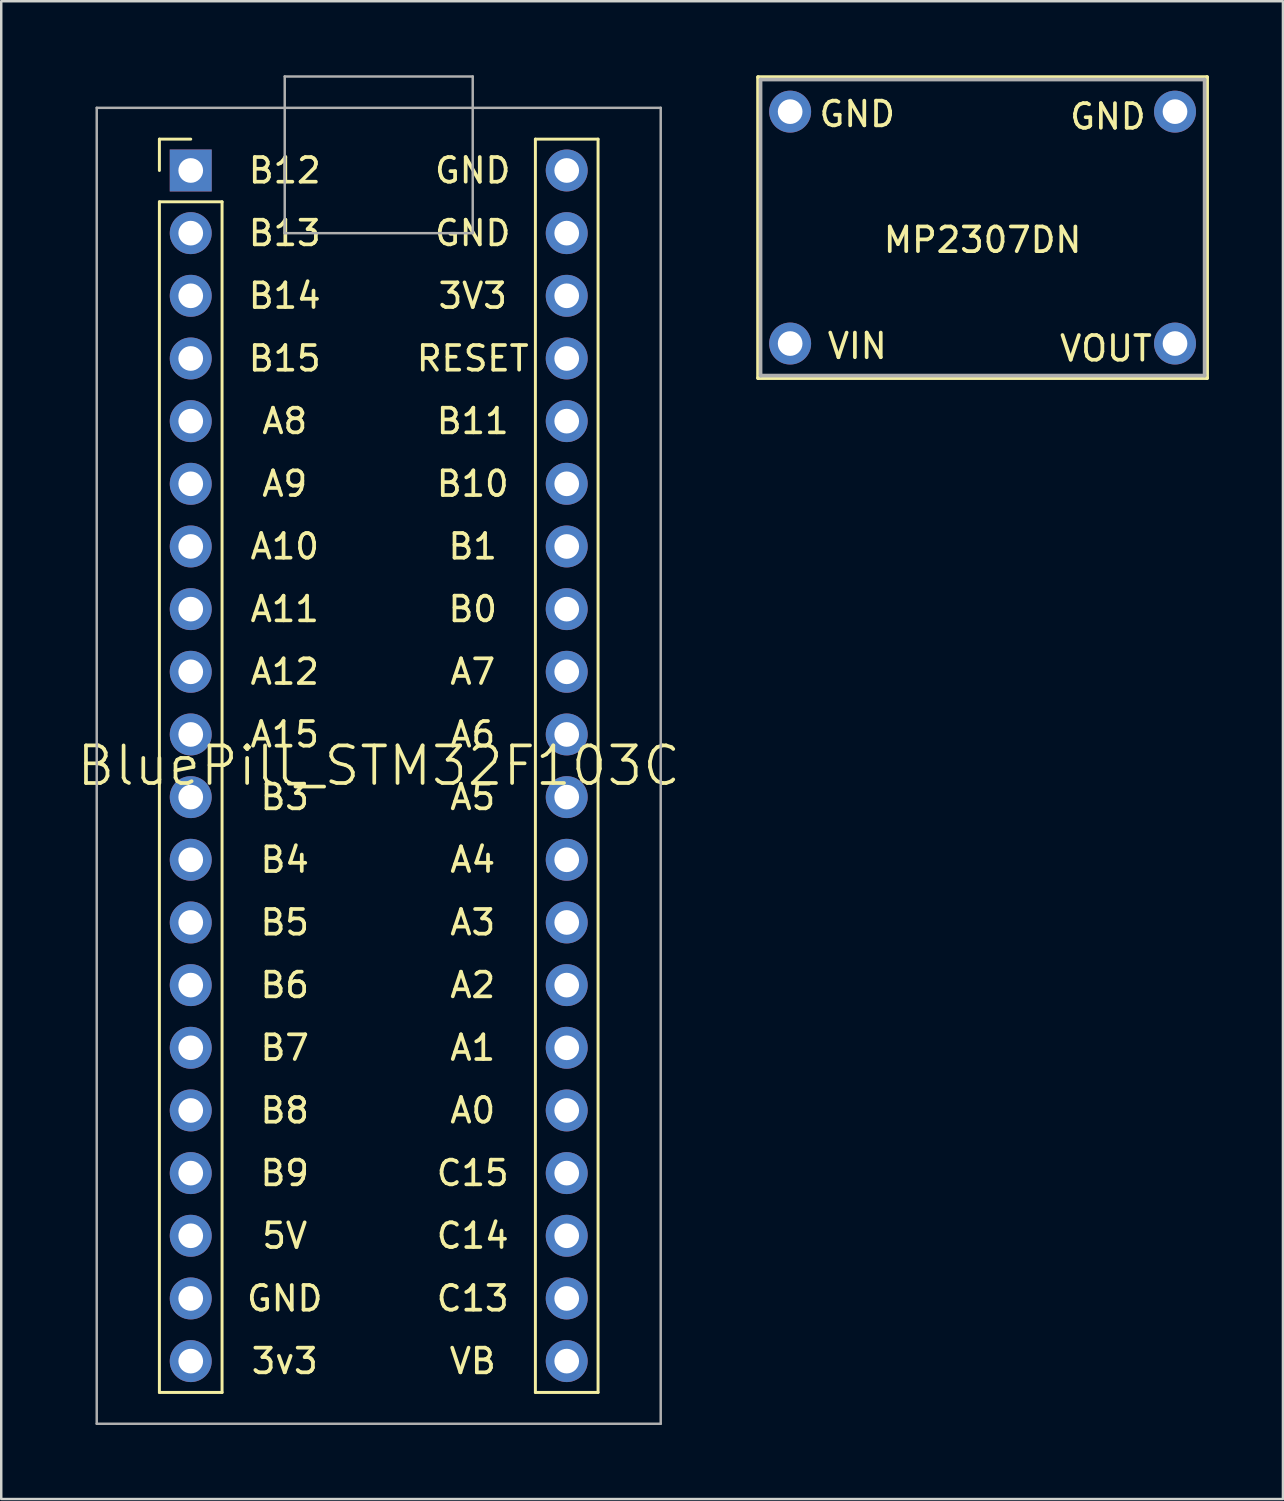
<source format=kicad_pcb>
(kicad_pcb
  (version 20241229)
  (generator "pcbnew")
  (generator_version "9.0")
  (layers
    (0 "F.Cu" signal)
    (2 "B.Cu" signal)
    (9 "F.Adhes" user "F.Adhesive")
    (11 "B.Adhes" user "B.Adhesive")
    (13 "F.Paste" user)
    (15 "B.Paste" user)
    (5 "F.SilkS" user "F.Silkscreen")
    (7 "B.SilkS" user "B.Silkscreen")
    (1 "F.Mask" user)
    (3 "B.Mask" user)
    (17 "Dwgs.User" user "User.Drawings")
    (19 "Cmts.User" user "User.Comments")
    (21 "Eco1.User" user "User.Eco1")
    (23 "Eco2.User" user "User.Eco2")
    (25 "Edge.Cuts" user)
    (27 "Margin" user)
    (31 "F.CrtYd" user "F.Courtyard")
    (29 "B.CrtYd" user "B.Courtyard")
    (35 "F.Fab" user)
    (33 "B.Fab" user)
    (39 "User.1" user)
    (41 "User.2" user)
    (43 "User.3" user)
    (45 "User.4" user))
  (footprint "MP2307DN"
    (layer "F.Cu")
    (at 36.777 6.175)
    (property "Reference" "MP2307DN" (at 0 0.5 0) (layer "F.SilkS") (effects (font (size 1 1) (thickness 0.15))))
    (attr through_hole)
    (fp_line (start -9.1 -6.1) (end -9.1 6.1) (stroke (width 0.15) (type solid)) (layer "F.SilkS"))
    (fp_line (start -9.1 6.1) (end 9.1 6.1) (stroke (width 0.15) (type solid)) (layer "F.SilkS"))
    (fp_line (start 9.1 -6.1) (end -9.1 -6.1) (stroke (width 0.15) (type solid)) (layer "F.SilkS"))
    (fp_line (start 9.1 6.1) (end 9.1 -6.1) (stroke (width 0.15) (type solid)) (layer "F.SilkS"))
    (fp_line (start -9 6) (end -9 -6) (stroke (width 0.15) (type solid)) (layer "F.Fab"))
    (fp_line (start 9 -6) (end -9 -6) (stroke (width 0.15) (type solid)) (layer "F.Fab"))
    (fp_line (start 9 6) (end -9 6) (stroke (width 0.15) (type solid)) (layer "F.Fab"))
    (fp_line (start 9 6) (end 9 -6) (stroke (width 0.15) (type solid)) (layer "F.Fab"))
    (fp_text user "VIN" (at -5.08 4.8 0) (layer "F.SilkS") (effects (font (size 1 1) (thickness 0.15))))
    (fp_text user "GND" (at 5.08 -4.5 0) (layer "F.SilkS") (effects (font (size 1 1) (thickness 0.15))))
    (fp_text user "VOUT" (at 5 4.9 0) (layer "F.SilkS") (effects (font (size 1 1) (thickness 0.15))))
    (fp_text user "GND" (at -5.08 -4.6 0) (layer "F.SilkS") (effects (font (size 1 1) (thickness 0.15))))
    (pad "1" thru_hole circle (at -7.8 4.7) (size 1.7 1.7) (drill 1) (layers "*.Cu" "*.Mask"))
    (pad "2" thru_hole circle (at -7.8 -4.7) (size 1.7 1.7) (drill 1) (layers "*.Cu" "*.Mask"))
    (pad "2" thru_hole circle (at 7.8 -4.7) (size 1.7 1.7) (drill 1) (layers "*.Cu" "*.Mask"))
    (pad "3" thru_hole circle (at 7.8 4.7) (size 1.7 1.7) (drill 1) (layers "*.Cu" "*.Mask")))
  (footprint "BluePill_STM32F103C"
    (layer "F.Cu")
    (at 12.301 27.99)
    (property "Reference" "BluePill_STM32F103C" (at 0 0 0) (layer "F.SilkS") (effects (font (size 1.524 1.524) (thickness 0.15))))
    (attr through_hole)
    (fp_line (start -8.89 -25.4) (end -7.62 -25.4) (stroke (width 0.12) (type solid)) (layer "F.SilkS"))
    (fp_line (start -8.89 -24.13) (end -8.89 -25.4) (stroke (width 0.12) (type solid)) (layer "F.SilkS"))
    (fp_line (start -8.89 -22.86) (end -6.35 -22.86) (stroke (width 0.12) (type solid)) (layer "F.SilkS"))
    (fp_line (start -8.89 25.4) (end -8.89 -22.86) (stroke (width 0.12) (type solid)) (layer "F.SilkS"))
    (fp_line (start -6.35 -22.86) (end -6.35 25.4) (stroke (width 0.12) (type solid)) (layer "F.SilkS"))
    (fp_line (start -6.35 25.4) (end -8.89 25.4) (stroke (width 0.12) (type solid)) (layer "F.SilkS"))
    (fp_line (start 6.35 -25.4) (end 8.89 -25.4) (stroke (width 0.12) (type solid)) (layer "F.SilkS"))
    (fp_line (start 6.35 25.4) (end 6.35 -25.4) (stroke (width 0.12) (type solid)) (layer "F.SilkS"))
    (fp_line (start 8.89 -25.4) (end 8.89 25.4) (stroke (width 0.12) (type solid)) (layer "F.SilkS"))
    (fp_line (start 8.89 25.4) (end 6.35 25.4) (stroke (width 0.12) (type solid)) (layer "F.SilkS"))
    (fp_line (start -11.43 -26.67) (end 11.43 -26.67) (stroke (width 0.1) (type solid)) (layer "F.Fab"))
    (fp_line (start -11.43 26.67) (end -11.43 -26.67) (stroke (width 0.1) (type solid)) (layer "F.Fab"))
    (fp_line (start -3.81 -27.94) (end -3.81 -21.59) (stroke (width 0.1) (type solid)) (layer "F.Fab"))
    (fp_line (start -3.81 -21.59) (end 3.81 -21.59) (stroke (width 0.1) (type solid)) (layer "F.Fab"))
    (fp_line (start 3.81 -27.94) (end -3.81 -27.94) (stroke (width 0.1) (type solid)) (layer "F.Fab"))
    (fp_line (start 3.81 -21.59) (end 3.81 -27.94) (stroke (width 0.1) (type solid)) (layer "F.Fab"))
    (fp_line (start 11.43 -26.67) (end 11.43 26.67) (stroke (width 0.1) (type solid)) (layer "F.Fab"))
    (fp_line (start 11.43 26.67) (end -11.43 26.67) (stroke (width 0.1) (type solid)) (layer "F.Fab"))
    (fp_text user "C13" (at 3.81 21.59 0) (layer "F.SilkS") (effects (font (size 1 1) (thickness 0.15))))
    (fp_text user "B8" (at -3.81 13.97 0) (layer "F.SilkS") (effects (font (size 1 1) (thickness 0.15))))
    (fp_text user "B9" (at -3.81 16.51 0) (layer "F.SilkS") (effects (font (size 1 1) (thickness 0.15))))
    (fp_text user "C15" (at 3.81 16.51 0) (layer "F.SilkS") (effects (font (size 1 1) (thickness 0.15))))
    (fp_text user "B6" (at -3.81 8.89 0) (layer "F.SilkS") (effects (font (size 1 1) (thickness 0.15))))
    (fp_text user "A4" (at 3.81 3.81 0) (layer "F.SilkS") (effects (font (size 1 1) (thickness 0.15))))
    (fp_text user "GND" (at 3.81 -24.13 0) (layer "F.SilkS") (effects (font (size 1 1) (thickness 0.15))))
    (fp_text user "B13" (at -3.81 -21.59 0) (layer "F.SilkS") (effects (font (size 1 1) (thickness 0.15))))
    (fp_text user "B7" (at -3.81 11.43 0) (layer "F.SilkS") (effects (font (size 1 1) (thickness 0.15))))
    (fp_text user "A9" (at -3.81 -11.43 0) (layer "F.SilkS") (effects (font (size 1 1) (thickness 0.15))))
    (fp_text user "A15" (at -3.81 -1.27 0) (layer "F.SilkS") (effects (font (size 1 1) (thickness 0.15))))
    (fp_text user "B0" (at 3.81 -6.35 0) (layer "F.SilkS") (effects (font (size 1 1) (thickness 0.15))))
    (fp_text user "5V" (at -3.81 19.05 0) (layer "F.SilkS") (effects (font (size 1 1) (thickness 0.15))))
    (fp_text user "B3" (at -3.81 1.27 0) (layer "F.SilkS") (effects (font (size 1 1) (thickness 0.15))))
    (fp_text user "B10" (at 3.81 -11.43 0) (layer "F.SilkS") (effects (font (size 1 1) (thickness 0.15))))
    (fp_text user "B15" (at -3.81 -16.51 0) (layer "F.SilkS") (effects (font (size 1 1) (thickness 0.15))))
    (fp_text user "3v3" (at -3.81 24.13 0) (layer "F.SilkS") (effects (font (size 1 1) (thickness 0.15))))
    (fp_text user "B14" (at -3.81 -19.05 0) (layer "F.SilkS") (effects (font (size 1 1) (thickness 0.15))))
    (fp_text user "B5" (at -3.81 6.35 0) (layer "F.SilkS") (effects (font (size 1 1) (thickness 0.15))))
    (fp_text user "A6" (at 3.81 -1.27 0) (layer "F.SilkS") (effects (font (size 1 1) (thickness 0.15))))
    (fp_text user "A1" (at 3.81 11.43 0) (layer "F.SilkS") (effects (font (size 1 1) (thickness 0.15))))
    (fp_text user "A2" (at 3.81 8.89 0) (layer "F.SilkS") (effects (font (size 1 1) (thickness 0.15))))
    (fp_text user "A12" (at -3.81 -3.81 0) (layer "F.SilkS") (effects (font (size 1 1) (thickness 0.15))))
    (fp_text user "A0" (at 3.81 13.97 0) (layer "F.SilkS") (effects (font (size 1 1) (thickness 0.15))))
    (fp_text user "B1" (at 3.81 -8.89 0) (layer "F.SilkS") (effects (font (size 1 1) (thickness 0.15))))
    (fp_text user "A10" (at -3.81 -8.89 0) (layer "F.SilkS") (effects (font (size 1 1) (thickness 0.15))))
    (fp_text user "C14" (at 3.81 19.05 0) (layer "F.SilkS") (effects (font (size 1 1) (thickness 0.15))))
    (fp_text user "A7" (at 3.81 -3.81 0) (layer "F.SilkS") (effects (font (size 1 1) (thickness 0.15))))
    (fp_text user "A8" (at -3.81 -13.97 0) (layer "F.SilkS") (effects (font (size 1 1) (thickness 0.15))))
    (fp_text user "GND" (at 3.81 -21.59 0) (layer "F.SilkS") (effects (font (size 1 1) (thickness 0.15))))
    (fp_text user "GND" (at -3.81 21.59 0) (layer "F.SilkS") (effects (font (size 1 1) (thickness 0.15))))
    (fp_text user "VB" (at 3.81 24.13 0) (layer "F.SilkS") (effects (font (size 1 1) (thickness 0.15))))
    (fp_text user "A11" (at -3.81 -6.35 0) (layer "F.SilkS") (effects (font (size 1 1) (thickness 0.15))))
    (fp_text user "A3" (at 3.81 6.35 0) (layer "F.SilkS") (effects (font (size 1 1) (thickness 0.15))))
    (fp_text user "RESET" (at 3.81 -16.51 0) (layer "F.SilkS") (effects (font (size 1 1) (thickness 0.15))))
    (fp_text user "A5" (at 3.81 1.27 0) (layer "F.SilkS") (effects (font (size 1 1) (thickness 0.15))))
    (fp_text user "B4" (at -3.81 3.81 0) (layer "F.SilkS") (effects (font (size 1 1) (thickness 0.15))))
    (fp_text user "B11" (at 3.81 -13.97 0) (layer "F.SilkS") (effects (font (size 1 1) (thickness 0.15))))
    (fp_text user "B12" (at -3.81 -24.13 0) (layer "F.SilkS") (effects (font (size 1 1) (thickness 0.15))))
    (fp_text user "3V3" (at 3.81 -19.05 0) (layer "F.SilkS") (effects (font (size 1 1) (thickness 0.15))))
    (pad "1" thru_hole rect (at -7.62 -24.13) (size 1.7 1.7) (drill 1) (layers "*.Cu" "*.Mask"))
    (pad "2" thru_hole circle (at -7.62 -21.59) (size 1.7 1.7) (drill 1) (layers "*.Cu" "*.Mask"))
    (pad "3" thru_hole circle (at -7.62 -19.05) (size 1.7 1.7) (drill 1) (layers "*.Cu" "*.Mask"))
    (pad "4" thru_hole circle (at -7.62 -16.51) (size 1.7 1.7) (drill 1) (layers "*.Cu" "*.Mask"))
    (pad "5" thru_hole circle (at -7.62 -13.97) (size 1.7 1.7) (drill 1) (layers "*.Cu" "*.Mask"))
    (pad "6" thru_hole circle (at -7.62 -11.43) (size 1.7 1.7) (drill 1) (layers "*.Cu" "*.Mask"))
    (pad "7" thru_hole circle (at -7.62 -8.89) (size 1.7 1.7) (drill 1) (layers "*.Cu" "*.Mask"))
    (pad "8" thru_hole circle (at -7.62 -6.35) (size 1.7 1.7) (drill 1) (layers "*.Cu" "*.Mask"))
    (pad "9" thru_hole circle (at -7.62 -3.81) (size 1.7 1.7) (drill 1) (layers "*.Cu" "*.Mask"))
    (pad "10" thru_hole circle (at -7.62 -1.27) (size 1.7 1.7) (drill 1) (layers "*.Cu" "*.Mask"))
    (pad "11" thru_hole circle (at -7.62 1.27) (size 1.7 1.7) (drill 1) (layers "*.Cu" "*.Mask"))
    (pad "12" thru_hole circle (at -7.62 3.81) (size 1.7 1.7) (drill 1) (layers "*.Cu" "*.Mask"))
    (pad "13" thru_hole circle (at -7.62 6.35) (size 1.7 1.7) (drill 1) (layers "*.Cu" "*.Mask"))
    (pad "14" thru_hole circle (at -7.62 8.89) (size 1.7 1.7) (drill 1) (layers "*.Cu" "*.Mask"))
    (pad "15" thru_hole circle (at -7.62 11.43) (size 1.7 1.7) (drill 1) (layers "*.Cu" "*.Mask"))
    (pad "16" thru_hole circle (at -7.62 13.97) (size 1.7 1.7) (drill 1) (layers "*.Cu" "*.Mask"))
    (pad "17" thru_hole circle (at -7.62 16.51) (size 1.7 1.7) (drill 1) (layers "*.Cu" "*.Mask"))
    (pad "18" thru_hole circle (at -7.62 19.05) (size 1.7 1.7) (drill 1) (layers "*.Cu" "*.Mask"))
    (pad "19" thru_hole circle (at -7.62 21.59) (size 1.7 1.7) (drill 1) (layers "*.Cu" "*.Mask"))
    (pad "20" thru_hole circle (at -7.62 24.13) (size 1.7 1.7) (drill 1) (layers "*.Cu" "*.Mask"))
    (pad "21" thru_hole circle (at 7.62 -24.13) (size 1.7 1.7) (drill 1) (layers "*.Cu" "*.Mask"))
    (pad "22" thru_hole circle (at 7.62 -21.59) (size 1.7 1.7) (drill 1) (layers "*.Cu" "*.Mask"))
    (pad "23" thru_hole circle (at 7.62 -19.05) (size 1.7 1.7) (drill 1) (layers "*.Cu" "*.Mask"))
    (pad "24" thru_hole circle (at 7.62 -16.51) (size 1.7 1.7) (drill 1) (layers "*.Cu" "*.Mask"))
    (pad "25" thru_hole circle (at 7.62 -13.97) (size 1.7 1.7) (drill 1) (layers "*.Cu" "*.Mask"))
    (pad "26" thru_hole circle (at 7.62 -11.43) (size 1.7 1.7) (drill 1) (layers "*.Cu" "*.Mask"))
    (pad "27" thru_hole circle (at 7.62 -8.89) (size 1.7 1.7) (drill 1) (layers "*.Cu" "*.Mask"))
    (pad "28" thru_hole circle (at 7.62 -6.35) (size 1.7 1.7) (drill 1) (layers "*.Cu" "*.Mask"))
    (pad "29" thru_hole circle (at 7.62 -3.81) (size 1.7 1.7) (drill 1) (layers "*.Cu" "*.Mask"))
    (pad "30" thru_hole circle (at 7.62 -1.27) (size 1.7 1.7) (drill 1) (layers "*.Cu" "*.Mask"))
    (pad "31" thru_hole circle (at 7.62 1.27) (size 1.7 1.7) (drill 1) (layers "*.Cu" "*.Mask"))
    (pad "32" thru_hole circle (at 7.62 3.81) (size 1.7 1.7) (drill 1) (layers "*.Cu" "*.Mask"))
    (pad "33" thru_hole circle (at 7.62 6.35) (size 1.7 1.7) (drill 1) (layers "*.Cu" "*.Mask"))
    (pad "34" thru_hole circle (at 7.62 8.89) (size 1.7 1.7) (drill 1) (layers "*.Cu" "*.Mask"))
    (pad "35" thru_hole circle (at 7.62 11.43) (size 1.7 1.7) (drill 1) (layers "*.Cu" "*.Mask"))
    (pad "36" thru_hole circle (at 7.62 13.97) (size 1.7 1.7) (drill 1) (layers "*.Cu" "*.Mask"))
    (pad "37" thru_hole circle (at 7.62 16.51) (size 1.7 1.7) (drill 1) (layers "*.Cu" "*.Mask"))
    (pad "38" thru_hole circle (at 7.62 19.05) (size 1.7 1.7) (drill 1) (layers "*.Cu" "*.Mask"))
    (pad "39" thru_hole circle (at 7.62 21.59) (size 1.7 1.7) (drill 1) (layers "*.Cu" "*.Mask"))
    (pad "40" thru_hole circle (at 7.62 24.13) (size 1.7 1.7) (drill 1) (layers "*.Cu" "*.Mask")))
  (gr_rect
    (start -3 -3)
    (end 48.952 57.71)
    (stroke (width 0.1) (type default))
    (fill no)
    (layer "Edge.Cuts")))
</source>
